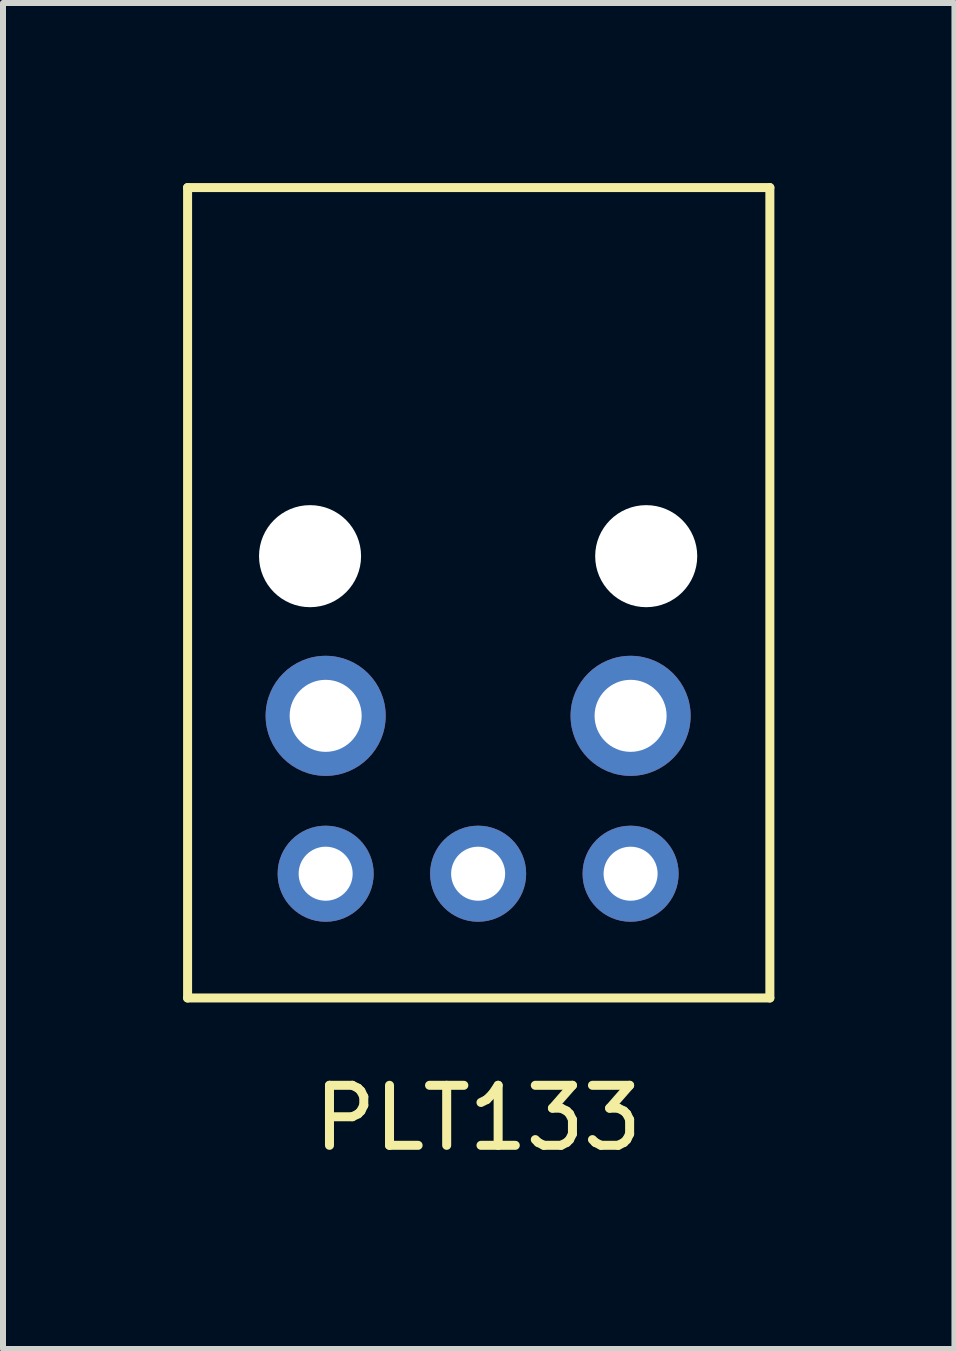
<source format=kicad_pcb>
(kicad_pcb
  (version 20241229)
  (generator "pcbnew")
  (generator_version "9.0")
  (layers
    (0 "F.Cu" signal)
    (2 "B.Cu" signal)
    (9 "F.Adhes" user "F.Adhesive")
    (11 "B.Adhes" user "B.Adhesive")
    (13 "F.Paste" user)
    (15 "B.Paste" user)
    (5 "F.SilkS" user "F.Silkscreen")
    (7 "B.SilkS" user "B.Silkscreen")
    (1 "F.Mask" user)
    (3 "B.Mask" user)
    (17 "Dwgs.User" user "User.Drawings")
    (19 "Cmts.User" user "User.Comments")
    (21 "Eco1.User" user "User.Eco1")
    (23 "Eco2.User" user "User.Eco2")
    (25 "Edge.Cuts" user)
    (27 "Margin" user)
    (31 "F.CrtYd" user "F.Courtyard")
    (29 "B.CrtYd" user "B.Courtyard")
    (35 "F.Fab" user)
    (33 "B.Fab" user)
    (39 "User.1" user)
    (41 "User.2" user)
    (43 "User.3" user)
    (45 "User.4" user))
  (footprint "PLT133"
    (layer "F.Cu")
    (at 4.915 6.825)
    (property "Reference" "PLT133" (at 0 8.75 0) (layer "F.SilkS") (effects (font (size 1 1) (thickness 0.15))))
    (attr through_hole)
    (fp_line (start -4.84 -6.75) (end 4.86 -6.75) (stroke (width 0.15) (type solid)) (layer "F.SilkS"))
    (fp_line (start -4.84 6.75) (end -4.84 -6.75) (stroke (width 0.15) (type solid)) (layer "F.SilkS"))
    (fp_line (start 4.86 -6.75) (end 4.86 6.75) (stroke (width 0.15) (type solid)) (layer "F.SilkS"))
    (fp_line (start 4.86 6.75) (end -4.84 6.75) (stroke (width 0.15) (type solid)) (layer "F.SilkS"))
    (pad "" np_thru_hole circle (at -2.8 -0.61) (size 1.7 1.7) (drill 1.7) (layers "*.Cu" "*.Mask"))
    (pad "" np_thru_hole circle (at 2.8 -0.61) (size 1.7 1.7) (drill 1.7) (layers "*.Cu" "*.Mask"))
    (pad "1" thru_hole circle (at -2.54 4.68) (size 1.6 1.6) (drill 0.9) (layers "*.Cu" "*.Mask"))
    (pad "2" thru_hole circle (at 0 4.68) (size 1.6 1.6) (drill 0.9) (layers "*.Cu" "*.Mask"))
    (pad "3" thru_hole circle (at 2.54 4.68) (size 1.6 1.6) (drill 0.9) (layers "*.Cu" "*.Mask"))
    (pad "4" thru_hole circle (at -2.54 2.05) (size 2 2) (drill 1.2) (layers "*.Cu" "*.Mask"))
    (pad "5" thru_hole circle (at 2.54 2.05) (size 2 2) (drill 1.2) (layers "*.Cu" "*.Mask")))
  (gr_rect
    (start -3 -3)
    (end 12.85 19.423)
    (stroke (width 0.1) (type default))
    (fill no)
    (layer "Edge.Cuts")))
</source>
